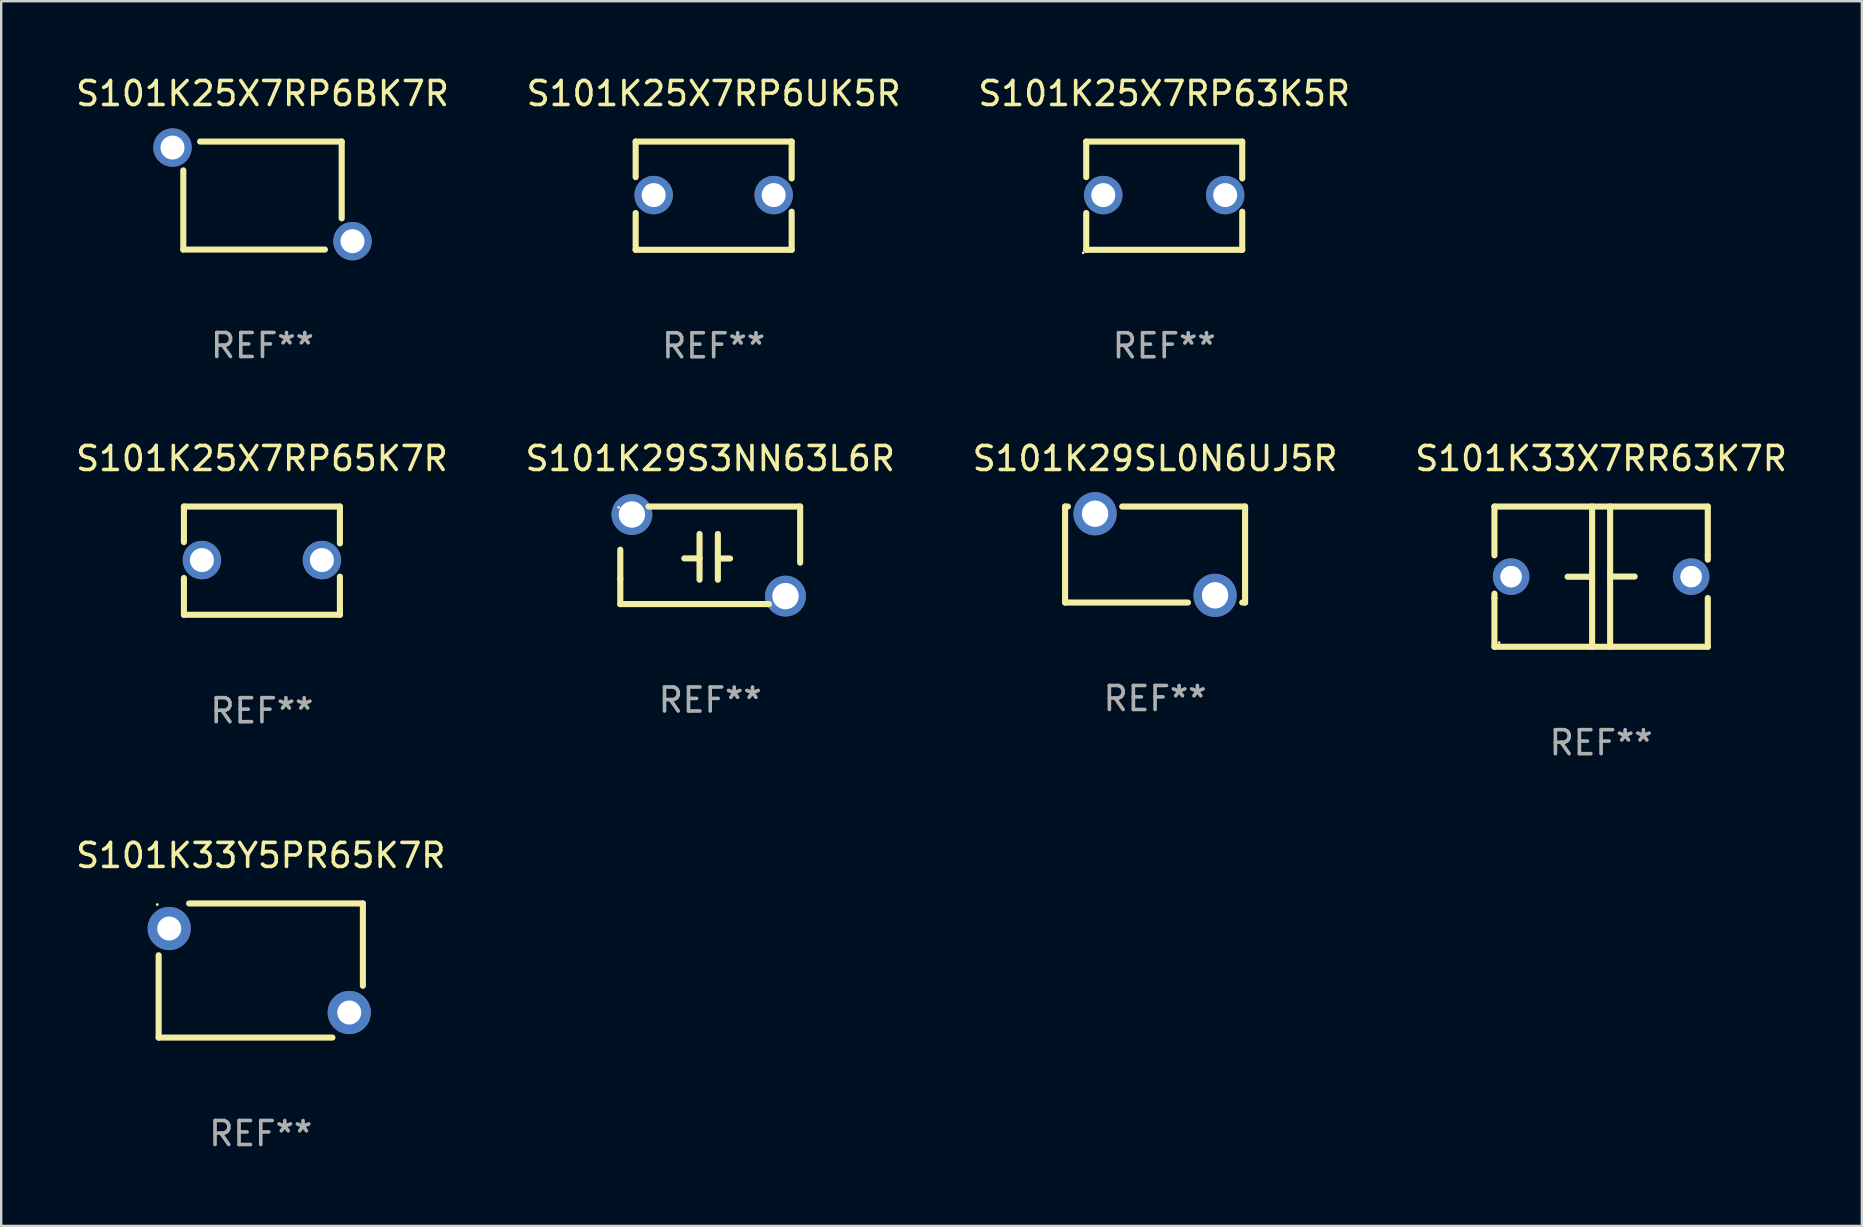
<source format=kicad_pcb>
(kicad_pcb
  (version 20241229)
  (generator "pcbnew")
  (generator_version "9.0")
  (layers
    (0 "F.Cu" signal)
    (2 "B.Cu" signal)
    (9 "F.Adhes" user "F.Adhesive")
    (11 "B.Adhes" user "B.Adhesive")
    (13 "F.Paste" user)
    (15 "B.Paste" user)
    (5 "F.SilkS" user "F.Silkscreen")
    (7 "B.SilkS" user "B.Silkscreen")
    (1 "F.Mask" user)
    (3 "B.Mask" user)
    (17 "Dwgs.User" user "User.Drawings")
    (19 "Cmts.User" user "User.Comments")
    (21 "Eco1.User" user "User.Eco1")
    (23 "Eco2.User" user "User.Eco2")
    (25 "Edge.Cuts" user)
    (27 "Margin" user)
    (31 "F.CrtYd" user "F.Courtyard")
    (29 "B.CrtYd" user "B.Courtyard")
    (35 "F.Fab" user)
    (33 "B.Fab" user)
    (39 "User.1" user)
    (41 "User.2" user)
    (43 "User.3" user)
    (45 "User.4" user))
  (footprint "S101K33X7RR63K7R"
    (layer "F.Cu")
    (at 63.661 20.976)
    (property "Reference" "S101K33X7RR63K7R" (at 0 -4.921 0) (layer "F.SilkS") (effects (font (size 1 1) (thickness 0.15))))
    (attr through_hole)
    (fp_line (start -4.445 -2.921) (end 4.445 -2.921) (stroke (width 0.254) (type solid)) (layer "F.SilkS"))
    (fp_line (start -4.445 -0.889) (end -4.445 -2.921) (stroke (width 0.254) (type solid)) (layer "F.SilkS"))
    (fp_line (start -4.445 0.889) (end -4.445 0.708) (stroke (width 0.254) (type solid)) (layer "F.SilkS"))
    (fp_line (start -4.445 2.921) (end -4.445 0.889) (stroke (width 0.254) (type solid)) (layer "F.SilkS"))
    (fp_line (start -0.375 0.004) (end -1.397 0.004) (stroke (width 0.254) (type solid)) (layer "F.SilkS"))
    (fp_line (start -0.375 2.921) (end -0.375 -2.921) (stroke (width 0.254) (type solid)) (layer "F.SilkS"))
    (fp_line (start 0.375 -2.921) (end 0.375 2.921) (stroke (width 0.254) (type solid)) (layer "F.SilkS"))
    (fp_line (start 0.375 -0.004) (end 1.397 -0.004) (stroke (width 0.254) (type solid)) (layer "F.SilkS"))
    (fp_line (start 4.445 -2.921) (end 4.445 -0.889) (stroke (width 0.254) (type solid)) (layer "F.SilkS"))
    (fp_line (start 4.445 -0.889) (end 4.445 -0.708) (stroke (width 0.254) (type solid)) (layer "F.SilkS"))
    (fp_line (start 4.445 0.889) (end 4.445 2.921) (stroke (width 0.254) (type solid)) (layer "F.SilkS"))
    (fp_line (start 4.445 2.921) (end -4.445 2.921) (stroke (width 0.254) (type solid)) (layer "F.SilkS"))
    (fp_circle (center -4.25 2.75) (end -4.22 2.75) (stroke (width 0.06) (type solid)) (fill no) (layer "F.SilkS"))
    (fp_text user "REF**" (at 0 6.921 0) (layer "F.Fab") (effects (font (size 1 1) (thickness 0.15))))
    (pad "1" thru_hole circle (at -3.75 0) (size 1.524 1.524) (drill 0.9) (layers "*.Cu" "*.Mask"))
    (pad "2" thru_hole circle (at 3.75 0) (size 1.524 1.524) (drill 0.9) (layers "*.Cu" "*.Mask")))
  (footprint "S101K25X7RP65K7R"
    (layer "F.Cu")
    (at 7.863 20.31)
    (property "Reference" "S101K25X7RP65K7R" (at 0 -4.255 0) (layer "F.SilkS") (effects (font (size 1 1) (thickness 0.15))))
    (attr through_hole)
    (fp_line (start -3.25 -2.255) (end -3.25 -0.772) (stroke (width 0.254) (type solid)) (layer "F.SilkS"))
    (fp_line (start -3.25 -2.255) (end 3.25 -2.255) (stroke (width 0.254) (type solid)) (layer "F.SilkS"))
    (fp_line (start -3.25 0.722) (end -3.25 2.255) (stroke (width 0.254) (type solid)) (layer "F.SilkS"))
    (fp_line (start 3.25 -2.255) (end 3.25 -0.718) (stroke (width 0.254) (type solid)) (layer "F.SilkS"))
    (fp_line (start 3.25 0.668) (end 3.25 2.255) (stroke (width 0.254) (type solid)) (layer "F.SilkS"))
    (fp_line (start 3.25 2.255) (end -3.25 2.255) (stroke (width 0.254) (type solid)) (layer "F.SilkS"))
    (fp_circle (center -3.25 2.225) (end -3.22 2.225) (stroke (width 0.06) (type solid)) (fill no) (layer "F.SilkS"))
    (fp_text user "REF**" (at 0 6.255 0) (layer "F.Fab") (effects (font (size 1 1) (thickness 0.15))))
    (pad "1" thru_hole circle (at -2.5 -0.025) (size 1.6 1.6) (drill 1) (layers "*.Cu" "*.Mask"))
    (pad "2" thru_hole circle (at 2.5 -0.025) (size 1.6 1.6) (drill 1) (layers "*.Cu" "*.Mask")))
  (footprint "S101K25X7RP63K5R"
    (layer "F.Cu")
    (at 45.458 5.103)
    (property "Reference" "S101K25X7RP63K5R" (at 0 -4.255 0) (layer "F.SilkS") (effects (font (size 1 1) (thickness 0.15))))
    (attr through_hole)
    (fp_line (start -3.25 -2.255) (end -3.25 -0.772) (stroke (width 0.254) (type solid)) (layer "F.SilkS"))
    (fp_line (start -3.25 -2.255) (end 3.25 -2.255) (stroke (width 0.254) (type solid)) (layer "F.SilkS"))
    (fp_line (start -3.25 0.722) (end -3.25 2.255) (stroke (width 0.254) (type solid)) (layer "F.SilkS"))
    (fp_line (start 3.25 -2.255) (end 3.25 -0.718) (stroke (width 0.254) (type solid)) (layer "F.SilkS"))
    (fp_line (start 3.25 0.668) (end 3.25 2.255) (stroke (width 0.254) (type solid)) (layer "F.SilkS"))
    (fp_line (start 3.25 2.255) (end -3.25 2.255) (stroke (width 0.254) (type solid)) (layer "F.SilkS"))
    (fp_circle (center -3.377 2.382) (end -3.347 2.382) (stroke (width 0.06) (type solid)) (fill no) (layer "F.SilkS"))
    (fp_text user "REF**" (at 0 6.255 0) (layer "F.Fab") (effects (font (size 1 1) (thickness 0.15))))
    (pad "1" thru_hole circle (at -2.54 -0.025) (size 1.6 1.6) (drill 1) (layers "*.Cu" "*.Mask"))
    (pad "2" thru_hole circle (at 2.54 -0.025) (size 1.6 1.6) (drill 1) (layers "*.Cu" "*.Mask")))
  (footprint "S101K33Y5PR65K7R"
    (layer "F.Cu")
    (at 7.815 37.387)
    (property "Reference" "S101K33Y5PR65K7R" (at 0 -4.794 0) (layer "F.SilkS") (effects (font (size 1 1) (thickness 0.15))))
    (attr through_hole)
    (fp_line (start -4.255 2.794) (end -4.255 -0.635) (stroke (width 0.254) (type solid)) (layer "F.SilkS"))
    (fp_line (start -4.255 2.794) (end 2.985 2.794) (stroke (width 0.254) (type solid)) (layer "F.SilkS"))
    (fp_line (start -2.985 -2.794) (end 4.255 -2.794) (stroke (width 0.254) (type solid)) (layer "F.SilkS"))
    (fp_line (start 4.255 -2.794) (end 4.255 0.635) (stroke (width 0.254) (type solid)) (layer "F.SilkS"))
    (fp_circle (center -4.313 -2.75) (end -4.283 -2.75) (stroke (width 0.06) (type solid)) (fill no) (layer "F.SilkS"))
    (fp_text user "REF**" (at 0 6.794 0) (layer "F.Fab") (effects (font (size 1 1) (thickness 0.15))))
    (pad "1" thru_hole circle (at -3.814 -1.75) (size 1.8 1.8) (drill 1) (layers "*.Cu" "*.Mask"))
    (pad "2" thru_hole circle (at 3.687 1.75) (size 1.8 1.8) (drill 1) (layers "*.Cu" "*.Mask")))
  (footprint "S101K29SL0N6UJ5R"
    (layer "F.Cu")
    (at 45.077 20.055)
    (property "Reference" "S101K29SL0N6UJ5R" (at 0 -4 0) (layer "F.SilkS") (effects (font (size 1 1) (thickness 0.15))))
    (attr through_hole)
    (fp_line (start -3.75 -2) (end -3.631 -2) (stroke (width 0.254) (type solid)) (layer "F.SilkS"))
    (fp_line (start -3.75 2) (end -3.75 -2) (stroke (width 0.254) (type solid)) (layer "F.SilkS"))
    (fp_line (start -1.369 -2) (end 3.75 -2) (stroke (width 0.254) (type solid)) (layer "F.SilkS"))
    (fp_line (start 1.369 2) (end -3.75 2) (stroke (width 0.254) (type solid)) (layer "F.SilkS"))
    (fp_line (start 3.75 -2) (end 3.75 2) (stroke (width 0.254) (type solid)) (layer "F.SilkS"))
    (fp_line (start 3.75 2) (end 3.631 2) (stroke (width 0.254) (type solid)) (layer "F.SilkS"))
    (fp_circle (center -3.75 -2) (end -3.72 -2) (stroke (width 0.06) (type solid)) (fill no) (layer "F.SilkS"))
    (fp_text user "REF**" (at 0 6 0) (layer "F.Fab") (effects (font (size 1 1) (thickness 0.15))))
    (pad "1" thru_hole circle (at -2.5 -1.7) (size 1.8 1.8) (drill 1.1) (layers "*.Cu" "*.Mask"))
    (pad "2" thru_hole circle (at 2.5 1.7) (size 1.8 1.8) (drill 1.1) (layers "*.Cu" "*.Mask")))
  (footprint "S101K25X7RP6BK7R"
    (layer "F.Cu")
    (at 7.887 5.098)
    (property "Reference" "S101K25X7RP6BK7R" (at 0 -4.25 0) (layer "F.SilkS") (effects (font (size 1 1) (thickness 0.15))))
    (attr through_hole)
    (fp_line (start -3.3 2.25) (end -3.3 -1.05) (stroke (width 0.254) (type solid)) (layer "F.SilkS"))
    (fp_line (start -3.3 2.25) (end 2.6 2.25) (stroke (width 0.254) (type solid)) (layer "F.SilkS"))
    (fp_line (start -2.6 -2.25) (end 3.3 -2.25) (stroke (width 0.254) (type solid)) (layer "F.SilkS"))
    (fp_line (start 3.3 -2.25) (end 3.3 0.95) (stroke (width 0.254) (type solid)) (layer "F.SilkS"))
    (fp_circle (center -4.05 -2.3) (end -4.02 -2.3) (stroke (width 0.06) (type solid)) (fill no) (layer "F.SilkS"))
    (fp_text user "REF**" (at 0 6.25 0) (layer "F.Fab") (effects (font (size 1 1) (thickness 0.15))))
    (pad "1" thru_hole circle (at -3.75 -2) (size 1.6 1.6) (drill 1) (layers "*.Cu" "*.Mask"))
    (pad "2" thru_hole circle (at 3.75 1.9) (size 1.6 1.6) (drill 1) (layers "*.Cu" "*.Mask")))
  (footprint "S101K29S3NN63L6R"
    (layer "F.Cu")
    (at 26.542 20.087)
    (property "Reference" "S101K29S3NN63L6R" (at 0 -4.032 0) (layer "F.SilkS") (effects (font (size 1 1) (thickness 0.15))))
    (attr through_hole)
    (fp_line (start -3.747 0.967) (end -3.747 -0.233) (stroke (width 0.254) (type solid)) (layer "F.SilkS"))
    (fp_line (start -3.747 2.032) (end -3.747 0.967) (stroke (width 0.254) (type solid)) (layer "F.SilkS"))
    (fp_line (start -3.747 2.032) (end 2.447 2.032) (stroke (width 0.254) (type solid)) (layer "F.SilkS"))
    (fp_line (start -1.08 0.127) (end -0.445 0.127) (stroke (width 0.254) (type solid)) (layer "F.SilkS"))
    (fp_line (start -0.445 1.016) (end -0.445 -0.889) (stroke (width 0.254) (type solid)) (layer "F.SilkS"))
    (fp_line (start 0.318 0.132) (end 0.826 0.132) (stroke (width 0.254) (type solid)) (layer "F.SilkS"))
    (fp_line (start 0.318 1.016) (end 0.318 -0.889) (stroke (width 0.254) (type solid)) (layer "F.SilkS"))
    (fp_line (start 3.747 -2.032) (end -2.574 -2.032) (stroke (width 0.254) (type solid)) (layer "F.SilkS"))
    (fp_line (start 3.747 0.308) (end 3.747 -2.032) (stroke (width 0.254) (type solid)) (layer "F.SilkS"))
    (fp_circle (center -3.814 -2) (end -3.784 -2) (stroke (width 0.06) (type solid)) (fill no) (layer "F.SilkS"))
    (fp_text user "REF**" (at 0 6.032 0) (layer "F.Fab") (effects (font (size 1 1) (thickness 0.15))))
    (pad "1" thru_hole circle (at -3.263 -1.7) (size 1.7 1.7) (drill 1.1) (layers "*.Cu" "*.Mask"))
    (pad "2" thru_hole circle (at 3.136 1.7) (size 1.7 1.7) (drill 1.1) (layers "*.Cu" "*.Mask")))
  (footprint "S101K25X7RP6UK5R"
    (layer "F.Cu")
    (at 26.685 5.103)
    (property "Reference" "S101K25X7RP6UK5R" (at 0 -4.255 0) (layer "F.SilkS") (effects (font (size 1 1) (thickness 0.15))))
    (attr through_hole)
    (fp_line (start -3.25 -2.255) (end -3.25 -0.772) (stroke (width 0.254) (type solid)) (layer "F.SilkS"))
    (fp_line (start -3.25 -2.255) (end 3.25 -2.255) (stroke (width 0.254) (type solid)) (layer "F.SilkS"))
    (fp_line (start -3.25 0.722) (end -3.25 2.255) (stroke (width 0.254) (type solid)) (layer "F.SilkS"))
    (fp_line (start 3.25 -2.255) (end 3.25 -0.718) (stroke (width 0.254) (type solid)) (layer "F.SilkS"))
    (fp_line (start 3.25 0.668) (end 3.25 2.255) (stroke (width 0.254) (type solid)) (layer "F.SilkS"))
    (fp_line (start 3.25 2.255) (end -3.25 2.255) (stroke (width 0.254) (type solid)) (layer "F.SilkS"))
    (fp_circle (center -3.25 2.225) (end -3.22 2.225) (stroke (width 0.06) (type solid)) (fill no) (layer "F.SilkS"))
    (fp_text user "REF**" (at 0 6.255 0) (layer "F.Fab") (effects (font (size 1 1) (thickness 0.15))))
    (pad "1" thru_hole circle (at -2.5 -0.025) (size 1.6 1.6) (drill 1) (layers "*.Cu" "*.Mask"))
    (pad "2" thru_hole circle (at 2.5 -0.025) (size 1.6 1.6) (drill 1) (layers "*.Cu" "*.Mask")))
  (gr_rect
    (start -3 -3)
    (end 74.524 48.03)
    (stroke (width 0.1) (type default))
    (fill no)
    (layer "Edge.Cuts")))
</source>
